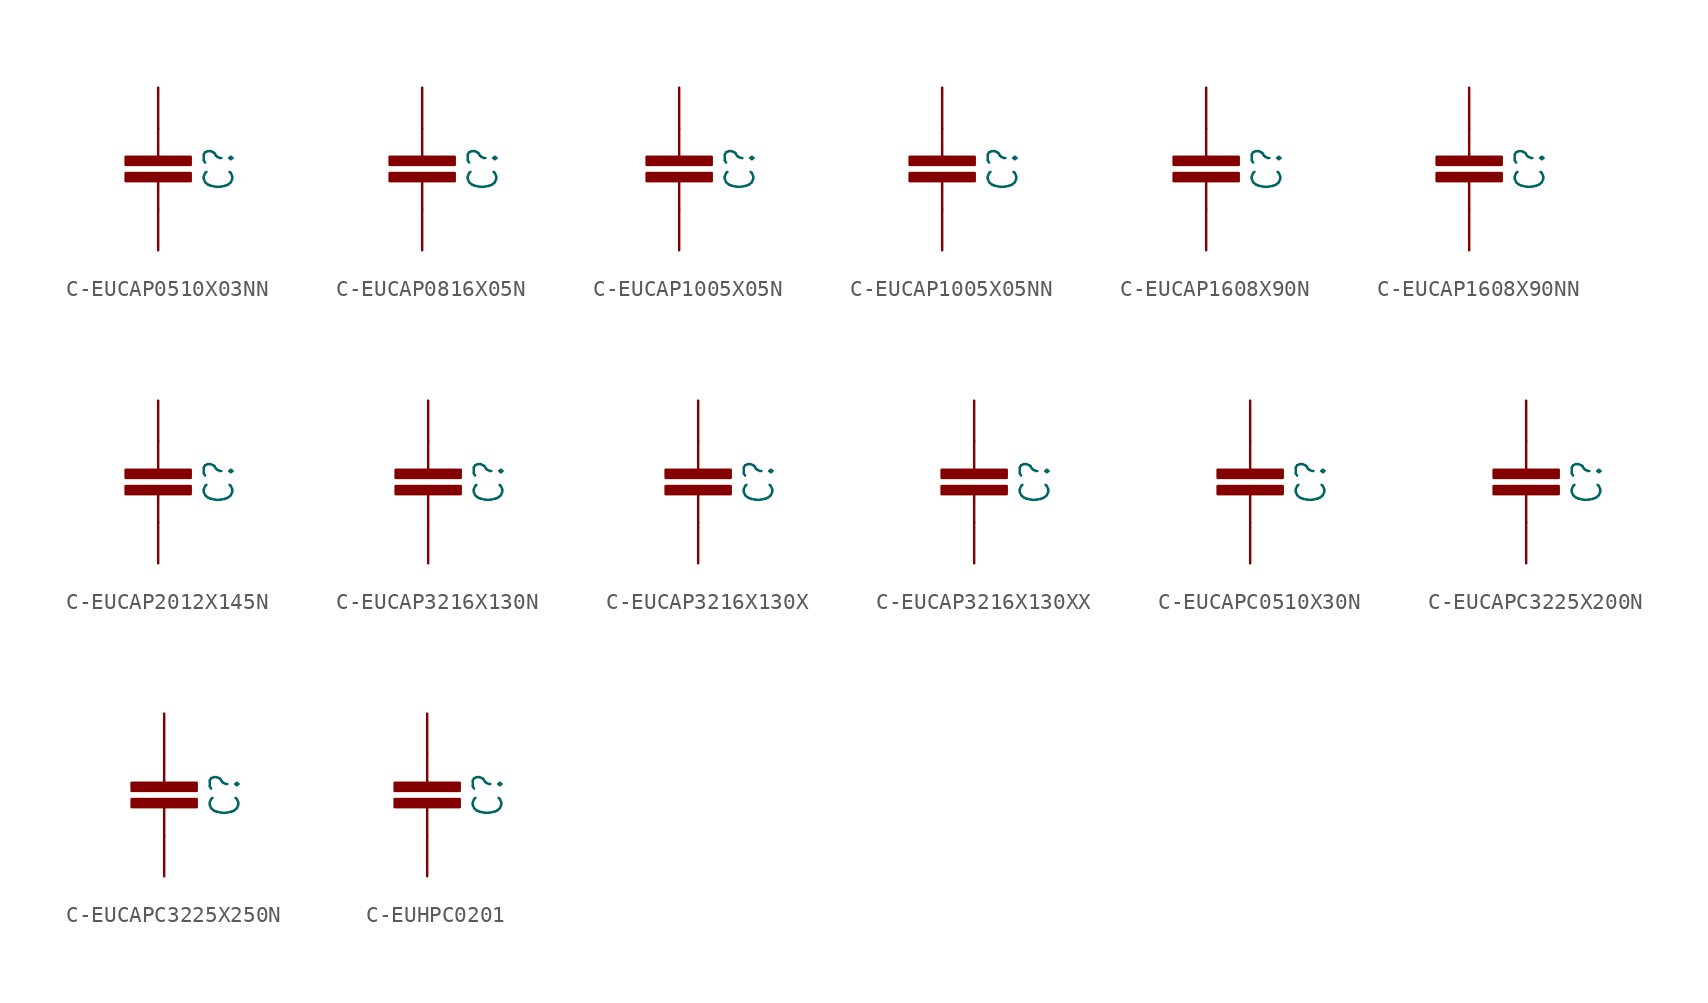
<source format=kicad_sym>
(kicad_symbol_lib
  (version 20231120)
  (generator "kicad_symbol_editor")
  (generator_version "8.0")
  (symbol "C-EUCAP0510X03NN"
    (property "Reference" "C"
      (at 3.81 0 90)
      (effects (font (size 1.778 1.511))))
    (property "Value" ""
      (at -3.81 0 90)
      (effects (font (size 1.778 1.511))))
    (property "ki_locked" ""
      (at 0 0 0)
      (effects (font (size 1.27 1.27))))
    (symbol "C-EUCAP0510X03NN_1_0"
      (rectangle (start -2.032 -0.762) (end 2.032 -0.254) (stroke (width 0) (type default)) (fill (type outline)))
      (rectangle (start -2.032 0.254) (end 2.032 0.762) (stroke (width 0) (type default)) (fill (type outline)))
      (polyline (pts (xy 0 -2.54) (xy 0 -0.762)) (stroke (width 0.152) (type solid)) (fill (type none)))
      (polyline (pts (xy 0 2.54) (xy 0 0.762)) (stroke (width 0.152) (type solid)) (fill (type none)))
      (pin passive line (at 0 5.08 270) (length 2.54) (name "1" (effects (font (size 0 0)))) (number "1" (effects (font (size 0 0)))))
      (pin passive line (at 0 -5.08 90) (length 2.54) (name "2" (effects (font (size 0 0)))) (number "2" (effects (font (size 0 0)))))))
  (symbol "C-EUCAP0816X05N"
    (property "Reference" "C"
      (at 3.81 0 90)
      (effects (font (size 1.778 1.511))))
    (property "Value" ""
      (at -3.81 0 90)
      (effects (font (size 1.778 1.511))))
    (property "ki_locked" ""
      (at 0 0 0)
      (effects (font (size 1.27 1.27))))
    (symbol "C-EUCAP0816X05N_1_0"
      (rectangle (start -2.032 -0.762) (end 2.032 -0.254) (stroke (width 0) (type default)) (fill (type outline)))
      (rectangle (start -2.032 0.254) (end 2.032 0.762) (stroke (width 0) (type default)) (fill (type outline)))
      (polyline (pts (xy 0 -2.54) (xy 0 -0.762)) (stroke (width 0.152) (type solid)) (fill (type none)))
      (polyline (pts (xy 0 2.54) (xy 0 0.762)) (stroke (width 0.152) (type solid)) (fill (type none)))
      (pin passive line (at 0 5.08 270) (length 2.54) (name "1" (effects (font (size 0 0)))) (number "1" (effects (font (size 0 0)))))
      (pin passive line (at 0 -5.08 90) (length 2.54) (name "2" (effects (font (size 0 0)))) (number "2" (effects (font (size 0 0)))))))
  (symbol "C-EUCAP1005X05N"
    (property "Reference" "C"
      (at 3.81 0 90)
      (effects (font (size 1.778 1.511))))
    (property "Value" ""
      (at -3.81 0 90)
      (effects (font (size 1.778 1.511))))
    (property "ki_locked" ""
      (at 0 0 0)
      (effects (font (size 1.27 1.27))))
    (symbol "C-EUCAP1005X05N_1_0"
      (rectangle (start -2.032 -0.762) (end 2.032 -0.254) (stroke (width 0) (type default)) (fill (type outline)))
      (rectangle (start -2.032 0.254) (end 2.032 0.762) (stroke (width 0) (type default)) (fill (type outline)))
      (polyline (pts (xy 0 -2.54) (xy 0 -0.762)) (stroke (width 0.152) (type solid)) (fill (type none)))
      (polyline (pts (xy 0 2.54) (xy 0 0.762)) (stroke (width 0.152) (type solid)) (fill (type none)))
      (pin passive line (at 0 5.08 270) (length 2.54) (name "1" (effects (font (size 0 0)))) (number "1" (effects (font (size 0 0)))))
      (pin passive line (at 0 -5.08 90) (length 2.54) (name "2" (effects (font (size 0 0)))) (number "2" (effects (font (size 0 0)))))))
  (symbol "C-EUCAP1005X05NN"
    (property "Reference" "C"
      (at 3.81 0 90)
      (effects (font (size 1.778 1.511))))
    (property "Value" ""
      (at -3.81 0 90)
      (effects (font (size 1.778 1.511))))
    (property "ki_locked" ""
      (at 0 0 0)
      (effects (font (size 1.27 1.27))))
    (symbol "C-EUCAP1005X05NN_1_0"
      (rectangle (start -2.032 -0.762) (end 2.032 -0.254) (stroke (width 0) (type default)) (fill (type outline)))
      (rectangle (start -2.032 0.254) (end 2.032 0.762) (stroke (width 0) (type default)) (fill (type outline)))
      (polyline (pts (xy 0 -2.54) (xy 0 -0.762)) (stroke (width 0.152) (type solid)) (fill (type none)))
      (polyline (pts (xy 0 2.54) (xy 0 0.762)) (stroke (width 0.152) (type solid)) (fill (type none)))
      (pin passive line (at 0 5.08 270) (length 2.54) (name "1" (effects (font (size 0 0)))) (number "1" (effects (font (size 0 0)))))
      (pin passive line (at 0 -5.08 90) (length 2.54) (name "2" (effects (font (size 0 0)))) (number "2" (effects (font (size 0 0)))))))
  (symbol "C-EUCAP1608X90N"
    (property "Reference" "C"
      (at 3.81 0 90)
      (effects (font (size 1.778 1.511))))
    (property "Value" ""
      (at -3.81 0 90)
      (effects (font (size 1.778 1.511))))
    (property "ki_locked" ""
      (at 0 0 0)
      (effects (font (size 1.27 1.27))))
    (symbol "C-EUCAP1608X90N_1_0"
      (rectangle (start -2.032 -0.762) (end 2.032 -0.254) (stroke (width 0) (type default)) (fill (type outline)))
      (rectangle (start -2.032 0.254) (end 2.032 0.762) (stroke (width 0) (type default)) (fill (type outline)))
      (polyline (pts (xy 0 -2.54) (xy 0 -0.762)) (stroke (width 0.152) (type solid)) (fill (type none)))
      (polyline (pts (xy 0 2.54) (xy 0 0.762)) (stroke (width 0.152) (type solid)) (fill (type none)))
      (pin passive line (at 0 5.08 270) (length 2.54) (name "1" (effects (font (size 0 0)))) (number "1" (effects (font (size 0 0)))))
      (pin passive line (at 0 -5.08 90) (length 2.54) (name "2" (effects (font (size 0 0)))) (number "2" (effects (font (size 0 0)))))))
  (symbol "C-EUCAP1608X90NN"
    (property "Reference" "C"
      (at 3.81 0 90)
      (effects (font (size 1.778 1.511))))
    (property "Value" ""
      (at -3.81 0 90)
      (effects (font (size 1.778 1.511))))
    (property "ki_locked" ""
      (at 0 0 0)
      (effects (font (size 1.27 1.27))))
    (symbol "C-EUCAP1608X90NN_1_0"
      (rectangle (start -2.032 -0.762) (end 2.032 -0.254) (stroke (width 0) (type default)) (fill (type outline)))
      (rectangle (start -2.032 0.254) (end 2.032 0.762) (stroke (width 0) (type default)) (fill (type outline)))
      (polyline (pts (xy 0 -2.54) (xy 0 -0.762)) (stroke (width 0.152) (type solid)) (fill (type none)))
      (polyline (pts (xy 0 2.54) (xy 0 0.762)) (stroke (width 0.152) (type solid)) (fill (type none)))
      (pin passive line (at 0 5.08 270) (length 2.54) (name "1" (effects (font (size 0 0)))) (number "1" (effects (font (size 0 0)))))
      (pin passive line (at 0 -5.08 90) (length 2.54) (name "2" (effects (font (size 0 0)))) (number "2" (effects (font (size 0 0)))))))
  (symbol "C-EUCAP2012X145N"
    (property "Reference" "C"
      (at 3.81 0 90)
      (effects (font (size 1.778 1.511))))
    (property "Value" ""
      (at -3.81 0 90)
      (effects (font (size 1.778 1.511))))
    (property "ki_locked" ""
      (at 0 0 0)
      (effects (font (size 1.27 1.27))))
    (symbol "C-EUCAP2012X145N_1_0"
      (rectangle (start -2.032 -0.762) (end 2.032 -0.254) (stroke (width 0) (type default)) (fill (type outline)))
      (rectangle (start -2.032 0.254) (end 2.032 0.762) (stroke (width 0) (type default)) (fill (type outline)))
      (polyline (pts (xy 0 -2.54) (xy 0 -0.762)) (stroke (width 0.152) (type solid)) (fill (type none)))
      (polyline (pts (xy 0 2.54) (xy 0 0.762)) (stroke (width 0.152) (type solid)) (fill (type none)))
      (pin passive line (at 0 5.08 270) (length 2.54) (name "1" (effects (font (size 0 0)))) (number "1" (effects (font (size 0 0)))))
      (pin passive line (at 0 -5.08 90) (length 2.54) (name "2" (effects (font (size 0 0)))) (number "2" (effects (font (size 0 0)))))))
  (symbol "C-EUCAP3216X130N"
    (property "Reference" "C"
      (at 3.81 0 90)
      (effects (font (size 1.778 1.511))))
    (property "Value" ""
      (at -3.81 0 90)
      (effects (font (size 1.778 1.511))))
    (property "ki_locked" ""
      (at 0 0 0)
      (effects (font (size 1.27 1.27))))
    (symbol "C-EUCAP3216X130N_1_0"
      (rectangle (start -2.032 -0.762) (end 2.032 -0.254) (stroke (width 0) (type default)) (fill (type outline)))
      (rectangle (start -2.032 0.254) (end 2.032 0.762) (stroke (width 0) (type default)) (fill (type outline)))
      (polyline (pts (xy 0 -2.54) (xy 0 -0.762)) (stroke (width 0.152) (type solid)) (fill (type none)))
      (polyline (pts (xy 0 2.54) (xy 0 0.762)) (stroke (width 0.152) (type solid)) (fill (type none)))
      (pin passive line (at 0 5.08 270) (length 2.54) (name "1" (effects (font (size 0 0)))) (number "1" (effects (font (size 0 0)))))
      (pin passive line (at 0 -5.08 90) (length 2.54) (name "2" (effects (font (size 0 0)))) (number "2" (effects (font (size 0 0)))))))
  (symbol "C-EUCAP3216X130X"
    (property "Reference" "C"
      (at 3.81 0 90)
      (effects (font (size 1.778 1.511))))
    (property "Value" ""
      (at -3.81 0 90)
      (effects (font (size 1.778 1.511))))
    (property "ki_locked" ""
      (at 0 0 0)
      (effects (font (size 1.27 1.27))))
    (symbol "C-EUCAP3216X130X_1_0"
      (rectangle (start -2.032 -0.762) (end 2.032 -0.254) (stroke (width 0) (type default)) (fill (type outline)))
      (rectangle (start -2.032 0.254) (end 2.032 0.762) (stroke (width 0) (type default)) (fill (type outline)))
      (polyline (pts (xy 0 -2.54) (xy 0 -0.762)) (stroke (width 0.152) (type solid)) (fill (type none)))
      (polyline (pts (xy 0 2.54) (xy 0 0.762)) (stroke (width 0.152) (type solid)) (fill (type none)))
      (pin passive line (at 0 5.08 270) (length 2.54) (name "1" (effects (font (size 0 0)))) (number "1" (effects (font (size 0 0)))))
      (pin passive line (at 0 -5.08 90) (length 2.54) (name "2" (effects (font (size 0 0)))) (number "2" (effects (font (size 0 0)))))))
  (symbol "C-EUCAP3216X130XX"
    (property "Reference" "C"
      (at 3.81 0 90)
      (effects (font (size 1.778 1.511))))
    (property "Value" ""
      (at -3.81 0 90)
      (effects (font (size 1.778 1.511))))
    (property "ki_locked" ""
      (at 0 0 0)
      (effects (font (size 1.27 1.27))))
    (symbol "C-EUCAP3216X130XX_1_0"
      (rectangle (start -2.032 -0.762) (end 2.032 -0.254) (stroke (width 0) (type default)) (fill (type outline)))
      (rectangle (start -2.032 0.254) (end 2.032 0.762) (stroke (width 0) (type default)) (fill (type outline)))
      (polyline (pts (xy 0 -2.54) (xy 0 -0.762)) (stroke (width 0.152) (type solid)) (fill (type none)))
      (polyline (pts (xy 0 2.54) (xy 0 0.762)) (stroke (width 0.152) (type solid)) (fill (type none)))
      (pin passive line (at 0 5.08 270) (length 2.54) (name "1" (effects (font (size 0 0)))) (number "1" (effects (font (size 0 0)))))
      (pin passive line (at 0 -5.08 90) (length 2.54) (name "2" (effects (font (size 0 0)))) (number "2" (effects (font (size 0 0)))))))
  (symbol "C-EUCAPC0510X30N"
    (property "Reference" "C"
      (at 3.81 0 90)
      (effects (font (size 1.778 1.511))))
    (property "Value" ""
      (at -3.81 0 90)
      (effects (font (size 1.778 1.511))))
    (property "ki_locked" ""
      (at 0 0 0)
      (effects (font (size 1.27 1.27))))
    (symbol "C-EUCAPC0510X30N_1_0"
      (rectangle (start -2.032 -0.762) (end 2.032 -0.254) (stroke (width 0) (type default)) (fill (type outline)))
      (rectangle (start -2.032 0.254) (end 2.032 0.762) (stroke (width 0) (type default)) (fill (type outline)))
      (polyline (pts (xy 0 -2.54) (xy 0 -0.762)) (stroke (width 0.152) (type solid)) (fill (type none)))
      (polyline (pts (xy 0 2.54) (xy 0 0.762)) (stroke (width 0.152) (type solid)) (fill (type none)))
      (pin passive line (at 0 5.08 270) (length 2.54) (name "1" (effects (font (size 0 0)))) (number "1" (effects (font (size 0 0)))))
      (pin passive line (at 0 -5.08 90) (length 2.54) (name "2" (effects (font (size 0 0)))) (number "2" (effects (font (size 0 0)))))))
  (symbol "C-EUCAPC3225X200N"
    (property "Reference" "C"
      (at 3.81 0 90)
      (effects (font (size 1.778 1.511))))
    (property "Value" ""
      (at -3.81 0 90)
      (effects (font (size 1.778 1.511))))
    (property "ki_locked" ""
      (at 0 0 0)
      (effects (font (size 1.27 1.27))))
    (symbol "C-EUCAPC3225X200N_1_0"
      (rectangle (start -2.032 -0.762) (end 2.032 -0.254) (stroke (width 0) (type default)) (fill (type outline)))
      (rectangle (start -2.032 0.254) (end 2.032 0.762) (stroke (width 0) (type default)) (fill (type outline)))
      (polyline (pts (xy 0 -2.54) (xy 0 -0.762)) (stroke (width 0.152) (type solid)) (fill (type none)))
      (polyline (pts (xy 0 2.54) (xy 0 0.762)) (stroke (width 0.152) (type solid)) (fill (type none)))
      (pin passive line (at 0 5.08 270) (length 2.54) (name "1" (effects (font (size 0 0)))) (number "1" (effects (font (size 0 0)))))
      (pin passive line (at 0 -5.08 90) (length 2.54) (name "2" (effects (font (size 0 0)))) (number "2" (effects (font (size 0 0)))))))
  (symbol "C-EUCAPC3225X250N"
    (property "Reference" "C"
      (at 3.81 0 90)
      (effects (font (size 1.778 1.511))))
    (property "Value" ""
      (at -3.81 0 90)
      (effects (font (size 1.778 1.511))))
    (property "ki_locked" ""
      (at 0 0 0)
      (effects (font (size 1.27 1.27))))
    (symbol "C-EUCAPC3225X250N_1_0"
      (rectangle (start -2.032 -0.762) (end 2.032 -0.254) (stroke (width 0) (type default)) (fill (type outline)))
      (rectangle (start -2.032 0.254) (end 2.032 0.762) (stroke (width 0) (type default)) (fill (type outline)))
      (polyline (pts (xy 0 -2.54) (xy 0 -0.762)) (stroke (width 0.152) (type solid)) (fill (type none)))
      (polyline (pts (xy 0 2.54) (xy 0 0.762)) (stroke (width 0.152) (type solid)) (fill (type none)))
      (pin passive line (at 0 5.08 270) (length 2.54) (name "1" (effects (font (size 0 0)))) (number "1" (effects (font (size 0 0)))))
      (pin passive line (at 0 -5.08 90) (length 2.54) (name "2" (effects (font (size 0 0)))) (number "2" (effects (font (size 0 0)))))))
  (symbol "C-EUHPC0201"
    (property "Reference" "C"
      (at 3.81 0 90)
      (effects (font (size 1.778 1.511))))
    (property "Value" ""
      (at -3.81 0 90)
      (effects (font (size 1.778 1.511))))
    (property "ki_locked" ""
      (at 0 0 0)
      (effects (font (size 1.27 1.27))))
    (symbol "C-EUHPC0201_1_0"
      (rectangle (start -2.032 -0.762) (end 2.032 -0.254) (stroke (width 0) (type default)) (fill (type outline)))
      (rectangle (start -2.032 0.254) (end 2.032 0.762) (stroke (width 0) (type default)) (fill (type outline)))
      (polyline (pts (xy 0 -2.54) (xy 0 -0.762)) (stroke (width 0.152) (type solid)) (fill (type none)))
      (polyline (pts (xy 0 2.54) (xy 0 0.762)) (stroke (width 0.152) (type solid)) (fill (type none)))
      (pin passive line (at 0 5.08 270) (length 2.54) (name "1" (effects (font (size 0 0)))) (number "1" (effects (font (size 0 0)))))
      (pin passive line (at 0 -5.08 90) (length 2.54) (name "2" (effects (font (size 0 0)))) (number "2" (effects (font (size 0 0))))))))
</source>
